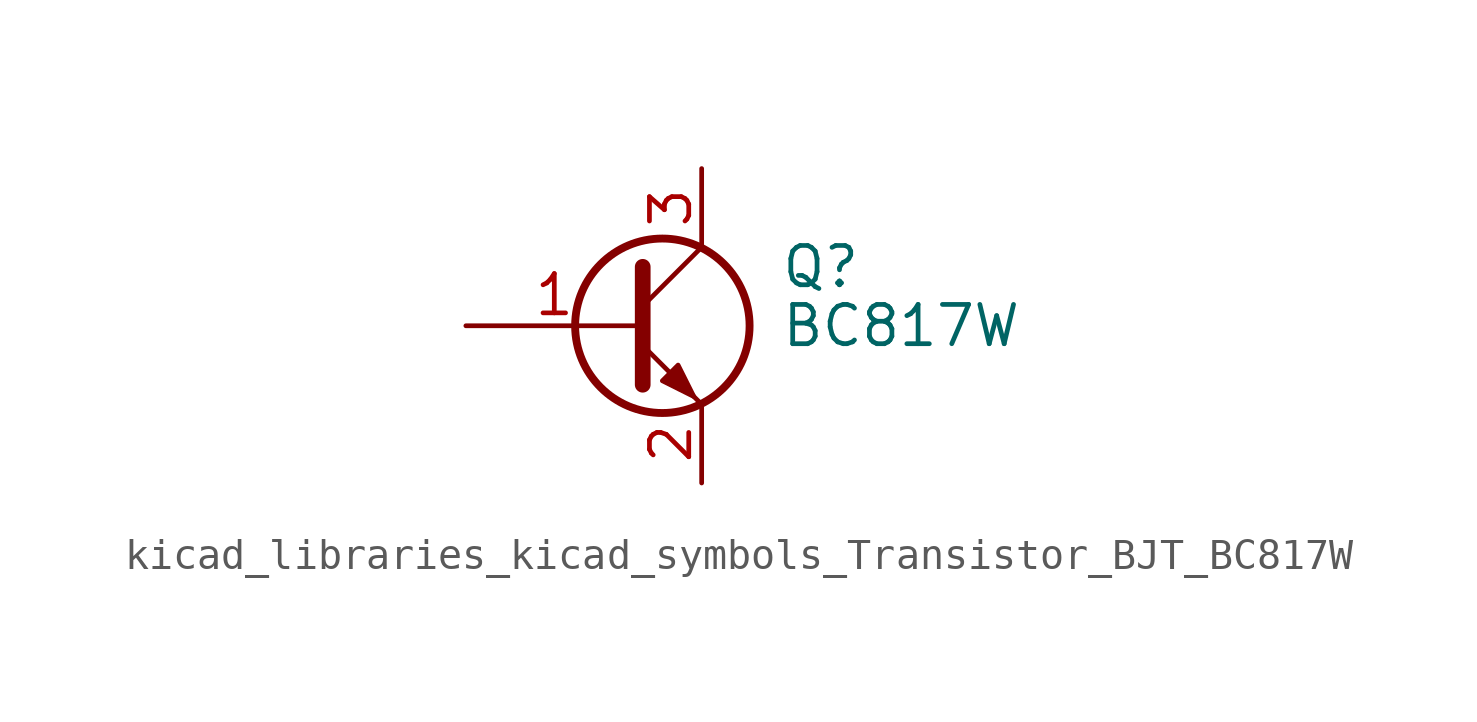
<source format=kicad_sym>
(kicad_symbol_lib
  (version 20220914)
  (generator kicad_symbol_editor)
  (symbol "kicad_libraries_kicad_symbols_Transistor_BJT_BC817W"
    (pin_names
      (offset 0) hide)
    (property "Reference" "Q"
      (at 5.08 1.905 0)
      (effects (font (size 1.27 1.27)) (justify left)))
    (property "Value" "BC817W"
      (at 5.08 0 0)
      (effects (font (size 1.27 1.27)) (justify left)))
    (symbol "kicad_libraries_kicad_symbols_Transistor_BJT_BC817W_0_1"
      (polyline (pts (xy 0.635 0.635) (xy 2.54 2.54)) (stroke (width 0) (type default)) (fill (type none)))
      (polyline (pts (xy 0.635 -0.635) (xy 2.54 -2.54) (xy 2.54 -2.54)) (stroke (width 0) (type default)) (fill (type none)))
      (polyline (pts (xy 0.635 1.905) (xy 0.635 -1.905) (xy 0.635 -1.905)) (stroke (width 0.508) (type default)) (fill (type none)))
      (polyline (pts (xy 1.27 -1.778) (xy 1.778 -1.27) (xy 2.286 -2.286) (xy 1.27 -1.778) (xy 1.27 -1.778)) (stroke (width 0) (type default)) (fill (type outline)))
      (circle (center 1.27 0) (radius 2.819) (stroke (width 0.254) (type default)) (fill (type none))))
    (symbol "kicad_libraries_kicad_symbols_Transistor_BJT_BC817W_1_1"
      (pin input line (at -5.08 0 0) (length 5.715) (name "B" (effects (font (size 1.27 1.27)))) (number "1" (effects (font (size 1.27 1.27)))))
      (pin passive line (at 2.54 -5.08 90) (length 2.54) (name "E" (effects (font (size 1.27 1.27)))) (number "2" (effects (font (size 1.27 1.27)))))
      (pin passive line (at 2.54 5.08 270) (length 2.54) (name "C" (effects (font (size 1.27 1.27)))) (number "3" (effects (font (size 1.27 1.27))))))))
</source>
